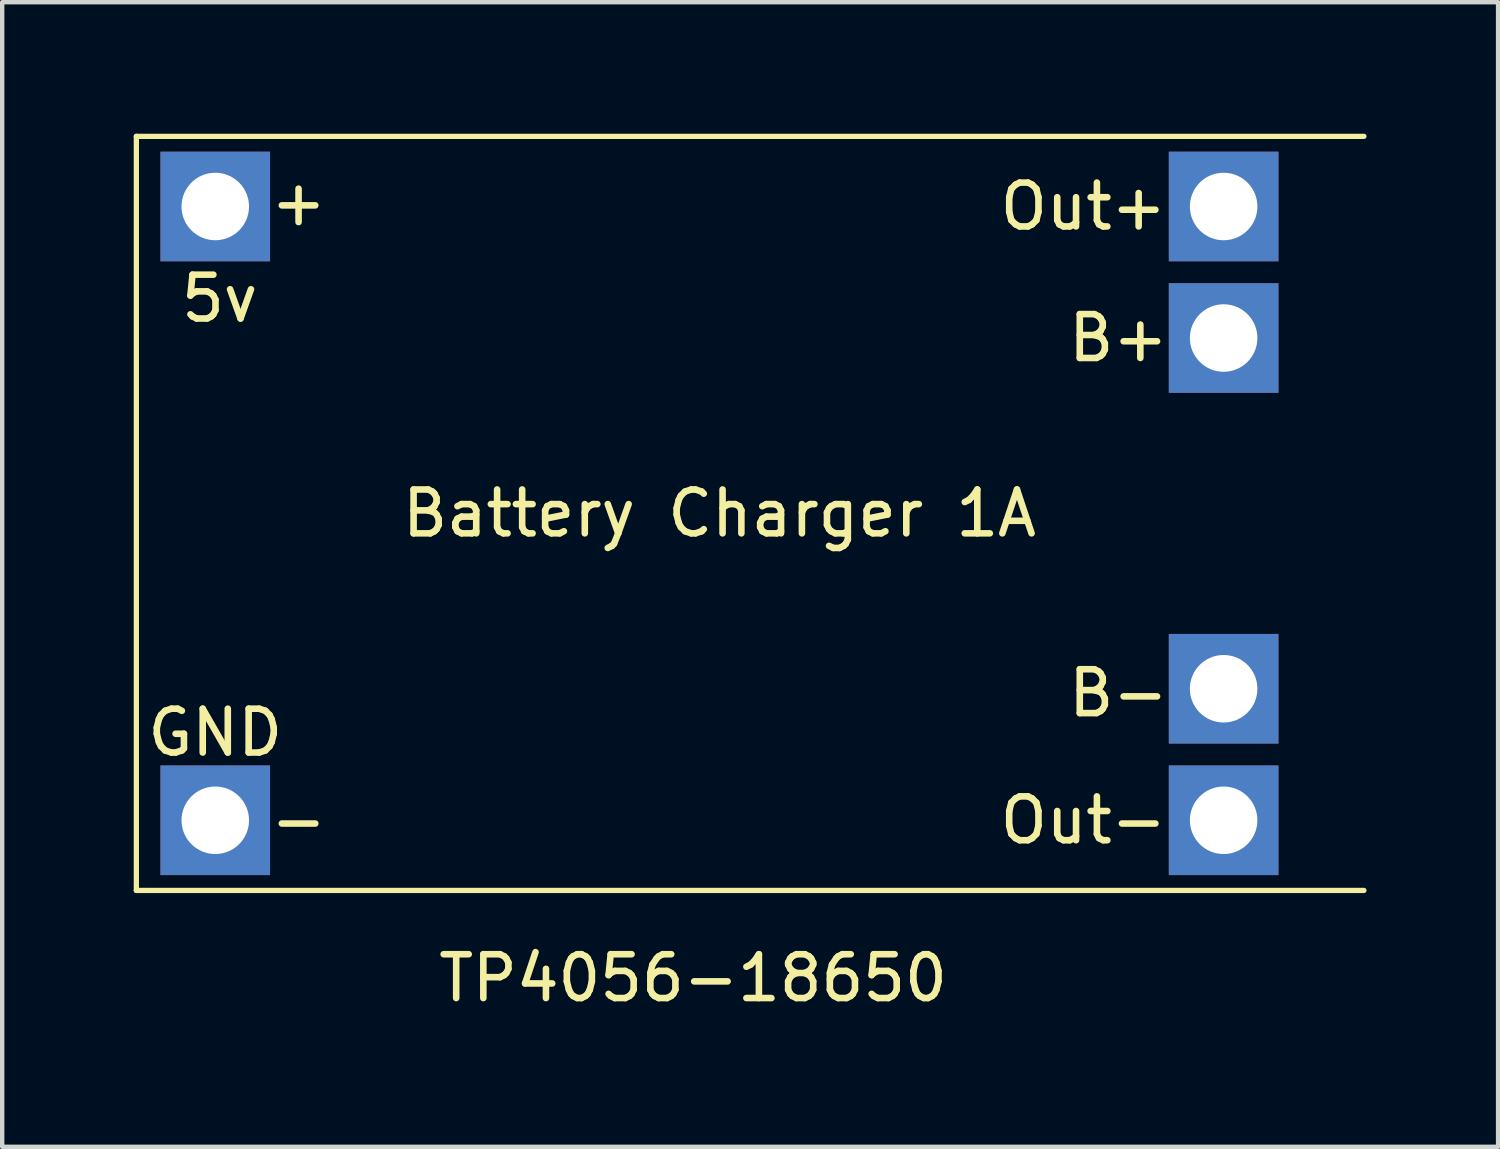
<source format=kicad_pcb>
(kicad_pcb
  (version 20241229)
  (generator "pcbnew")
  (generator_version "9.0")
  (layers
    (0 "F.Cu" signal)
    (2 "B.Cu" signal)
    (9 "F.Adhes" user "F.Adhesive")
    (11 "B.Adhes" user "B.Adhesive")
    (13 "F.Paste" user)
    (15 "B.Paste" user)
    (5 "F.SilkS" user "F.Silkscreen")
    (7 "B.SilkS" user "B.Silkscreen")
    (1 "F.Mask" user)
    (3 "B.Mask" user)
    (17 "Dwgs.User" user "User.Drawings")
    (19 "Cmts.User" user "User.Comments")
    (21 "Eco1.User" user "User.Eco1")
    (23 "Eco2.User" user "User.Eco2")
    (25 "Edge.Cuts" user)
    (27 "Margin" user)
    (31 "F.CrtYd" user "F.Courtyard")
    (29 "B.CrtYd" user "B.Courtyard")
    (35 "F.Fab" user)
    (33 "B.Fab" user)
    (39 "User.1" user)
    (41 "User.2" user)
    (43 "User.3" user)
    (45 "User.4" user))
  (footprint "TP4056-18650"
    (layer "F.Cu")
    (at 13.36 8.66)
    (property "Reference" "TP4056-18650" (at -0.6 10.6 0) (layer "F.SilkS") (effects (font (size 1 1) (thickness 0.15))))
    (attr through_hole)
    (fp_line (start -13.3 8.6) (end -13.3 -8.6) (stroke (width 0.12) (type solid)) (layer "F.SilkS"))
    (fp_line (start 14.7 -8.6) (end -13.3 -8.6) (stroke (width 0.12) (type solid)) (layer "F.SilkS"))
    (fp_line (start 14.7 8.6) (end -13.3 8.6) (stroke (width 0.12) (type solid)) (layer "F.SilkS"))
    (fp_text user "B-" (at 9.1 4.1 0) (layer "F.SilkS") (effects (font (size 1 1) (thickness 0.15))))
    (fp_text user "Out+" (at 8.3 -7 0) (layer "F.SilkS") (effects (font (size 1 1) (thickness 0.15))))
    (fp_text user "+" (at -9.6 -7.1 0) (layer "F.SilkS") (effects (font (size 1 1) (thickness 0.15))))
    (fp_text user "B+" (at 9.1 -4 0) (layer "F.SilkS") (effects (font (size 1 1) (thickness 0.15))))
    (fp_text user "GND" (at -11.5 5 0) (layer "F.SilkS") (effects (font (size 1 1) (thickness 0.15))))
    (fp_text user "-" (at -9.6 7 0) (layer "F.SilkS") (effects (font (size 1 1) (thickness 0.15))))
    (fp_text user "Battery Charger 1A" (at 0 0 0) (layer "F.SilkS") (effects (font (size 1 1) (thickness 0.15))))
    (fp_text user "5v" (at -11.4 -4.9 0) (layer "F.SilkS") (effects (font (size 1 1) (thickness 0.15))))
    (fp_text user "Out-" (at 8.3 7 0) (layer "F.SilkS") (effects (font (size 1 1) (thickness 0.15))))
    (pad "1" thru_hole rect (at -11.5 -7) (size 2.5 2.5) (drill 1.54) (layers "*.Cu" "*.Mask"))
    (pad "2" thru_hole rect (at -11.5 7) (size 2.5 2.5) (drill 1.54) (layers "*.Cu" "*.Mask"))
    (pad "3" thru_hole rect (at 11.5 -7) (size 2.5 2.5) (drill 1.54) (layers "*.Cu" "*.Mask"))
    (pad "4" thru_hole rect (at 11.5 7) (size 2.5 2.5) (drill 1.54) (layers "*.Cu" "*.Mask"))
    (pad "5" thru_hole rect (at 11.5 -4) (size 2.5 2.5) (drill 1.54) (layers "*.Cu" "*.Mask"))
    (pad "6" thru_hole rect (at 11.5 4) (size 2.5 2.5) (drill 1.54) (layers "*.Cu" "*.Mask")))
  (gr_rect
    (start -3 -3)
    (end 31.12 23.108)
    (stroke (width 0.1) (type default))
    (fill no)
    (layer "Edge.Cuts")))
</source>
